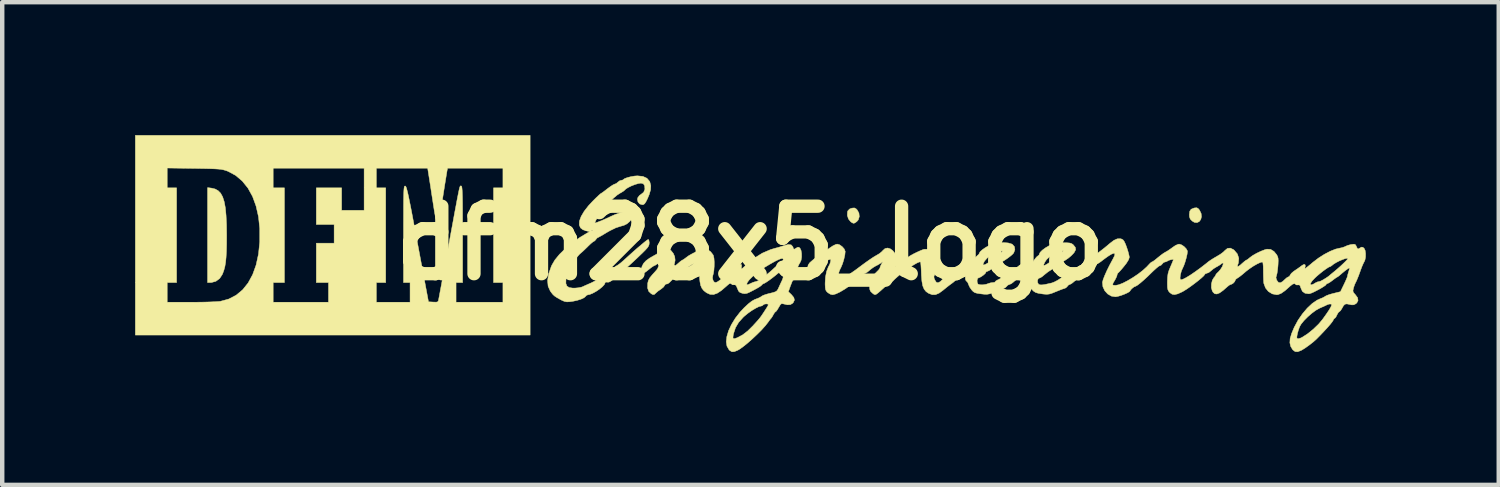
<source format=kicad_pcb>
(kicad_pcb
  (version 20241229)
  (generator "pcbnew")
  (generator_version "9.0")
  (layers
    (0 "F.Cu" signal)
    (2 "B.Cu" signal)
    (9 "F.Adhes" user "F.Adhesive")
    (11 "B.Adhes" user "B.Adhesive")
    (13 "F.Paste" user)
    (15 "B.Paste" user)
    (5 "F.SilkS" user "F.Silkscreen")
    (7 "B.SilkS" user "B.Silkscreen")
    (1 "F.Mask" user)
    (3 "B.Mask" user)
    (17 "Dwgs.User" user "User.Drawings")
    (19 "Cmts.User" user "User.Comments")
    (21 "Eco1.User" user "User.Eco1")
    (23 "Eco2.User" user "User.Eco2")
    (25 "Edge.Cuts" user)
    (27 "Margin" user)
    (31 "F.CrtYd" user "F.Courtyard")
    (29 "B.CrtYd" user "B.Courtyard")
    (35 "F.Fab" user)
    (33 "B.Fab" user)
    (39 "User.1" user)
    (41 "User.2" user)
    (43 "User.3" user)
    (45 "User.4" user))
  (footprint "dfm28x5_logo"
    (layer "F.Cu")
    (at 13.89 2.439)
    (property "Reference" "dfm28x5_logo" (at 0 0 0) (layer "F.SilkS") (effects (font (size 1.524 1.524) (thickness 0.3))))
    (attr through_hole)
    (fp_poly (pts (xy 2.385 -0.775) (xy 2.408 -0.751) (xy 2.448 -0.679) (xy 2.456 -0.6) (xy 2.434 -0.528) (xy 2.4 -0.488) (xy 2.353 -0.455) (xy 2.32 -0.449) (xy 2.281 -0.47) (xy 2.258 -0.488) (xy 2.211 -0.548) (xy 2.186 -0.627) (xy 2.189 -0.705) (xy 2.197 -0.729) (xy 2.238 -0.772) (xy 2.289 -0.791) (xy 2.345 -0.796) (xy 2.385 -0.775)) (stroke (width 0.01) (type solid)) (fill yes) (layer "F.SilkS"))
    (fp_poly (pts (xy 10.11 -0.778) (xy 10.136 -0.745) (xy 10.172 -0.67) (xy 10.18 -0.598) (xy 10.164 -0.535) (xy 10.129 -0.488) (xy 10.079 -0.464) (xy 10.02 -0.47) (xy 9.969 -0.501) (xy 9.926 -0.546) (xy 9.909 -0.597) (xy 9.906 -0.645) (xy 9.915 -0.72) (xy 9.946 -0.766) (xy 10.008 -0.792) (xy 10.027 -0.796) (xy 10.075 -0.799) (xy 10.11 -0.778)) (stroke (width 0.01) (type solid)) (fill yes) (layer "F.SilkS"))
    (fp_poly (pts (xy -12.167 -1.243) (xy -12.085 -1.223) (xy -12.016 -1.185) (xy -11.959 -1.127) (xy -11.914 -1.044) (xy -11.879 -0.935) (xy -11.853 -0.796) (xy -11.837 -0.624) (xy -11.827 -0.416) (xy -11.824 -0.18) (xy -11.825 0.022) (xy -11.829 0.187) (xy -11.837 0.322) (xy -11.848 0.434) (xy -11.864 0.528) (xy -11.886 0.61) (xy -11.914 0.687) (xy -11.922 0.705) (xy -11.982 0.797) (xy -12.067 0.86) (xy -12.169 0.888) (xy -12.191 0.889) (xy -12.255 0.889) (xy -12.255 -1.254) (xy -12.167 -1.243)) (stroke (width 0.01) (type solid)) (fill yes) (layer "F.SilkS"))
    (fp_poly (pts (xy -4.974 2.074) (xy -13.885 2.074) (xy -13.885 -1.249) (xy -13.166 -1.249) (xy -12.954 -1.249) (xy -12.954 0.889) (xy -13.166 0.889) (xy -13.166 1.333) (xy -12.631 1.333) (xy -12.476 1.332) (xy -12.328 1.33) (xy -12.194 1.326) (xy -12.082 1.321) (xy -11.999 1.316) (xy -11.964 1.312) (xy -11.777 1.261) (xy -11.61 1.174) (xy -11.463 1.052) (xy -11.339 0.897) (xy -11.237 0.709) (xy -11.159 0.492) (xy -11.105 0.245) (xy -11.077 -0.028) (xy -11.077 -0.042) (xy -11.077 -0.329) (xy -11.105 -0.595) (xy -11.16 -0.837) (xy -11.239 -1.054) (xy -11.343 -1.243) (xy -11.471 -1.402) (xy -11.62 -1.529) (xy -11.791 -1.621) (xy -11.822 -1.633) (xy -11.862 -1.646) (xy -11.902 -1.657) (xy -11.949 -1.666) (xy -12.007 -1.672) (xy -12.083 -1.677) (xy -12.182 -1.681) (xy -12.31 -1.684) (xy -12.471 -1.687) (xy -12.557 -1.688) (xy -12.905 -1.693) (xy -10.774 -1.693) (xy -10.774 -1.249) (xy -10.52 -1.249) (xy -10.52 0.889) (xy -10.774 0.889) (xy -10.774 1.333) (xy -9.525 1.333) (xy -9.525 0.889) (xy -9.8 0.889) (xy -9.8 0) (xy -9.398 0) (xy -9.398 -0.423) (xy -9.8 -0.423) (xy -9.8 -1.249) (xy -9.229 -1.249) (xy -9.229 -0.741) (xy -8.721 -0.741) (xy -8.721 -1.693) (xy -8.445 -1.693) (xy -8.445 -1.249) (xy -8.234 -1.249) (xy -8.234 0.889) (xy -8.445 0.889) (xy -8.445 1.333) (xy -7.684 1.333) (xy -7.684 0.889) (xy -7.832 0.889) (xy -7.832 -0.201) (xy -7.832 -0.444) (xy -7.831 -0.648) (xy -7.831 -0.817) (xy -7.83 -0.953) (xy -7.828 -1.061) (xy -7.826 -1.143) (xy -7.823 -1.203) (xy -7.819 -1.244) (xy -7.814 -1.27) (xy -7.808 -1.285) (xy -7.8 -1.29) (xy -7.795 -1.291) (xy -7.786 -1.287) (xy -7.777 -1.273) (xy -7.766 -1.245) (xy -7.754 -1.202) (xy -7.738 -1.139) (xy -7.719 -1.055) (xy -7.697 -0.946) (xy -7.669 -0.809) (xy -7.637 -0.642) (xy -7.599 -0.441) (xy -7.554 -0.204) (xy -7.513 0.016) (xy -7.268 1.323) (xy -7.16 1.329) (xy -7.096 1.331) (xy -7.063 1.325) (xy -7.047 1.304) (xy -7.04 1.276) (xy -7.034 1.245) (xy -7.021 1.176) (xy -7.002 1.073) (xy -6.977 0.94) (xy -6.948 0.782) (xy -6.914 0.601) (xy -6.878 0.402) (xy -6.838 0.188) (xy -6.806 0.011) (xy -6.757 -0.255) (xy -6.715 -0.482) (xy -6.68 -0.674) (xy -6.65 -0.832) (xy -6.626 -0.962) (xy -6.606 -1.065) (xy -6.59 -1.144) (xy -6.578 -1.202) (xy -6.568 -1.244) (xy -6.56 -1.27) (xy -6.553 -1.285) (xy -6.548 -1.292) (xy -6.542 -1.293) (xy -6.536 -1.292) (xy -6.53 -1.291) (xy -6.522 -1.287) (xy -6.517 -1.272) (xy -6.512 -1.243) (xy -6.508 -1.197) (xy -6.505 -1.13) (xy -6.502 -1.04) (xy -6.5 -0.923) (xy -6.499 -0.775) (xy -6.499 -0.594) (xy -6.498 -0.376) (xy -6.498 -0.201) (xy -6.498 0.889) (xy -6.646 0.889) (xy -6.646 1.333) (xy -5.588 1.333) (xy -5.588 0.889) (xy -5.8 0.889) (xy -5.8 -1.249) (xy -5.588 -1.249) (xy -5.588 -1.693) (xy -6.836 -1.693) (xy -6.847 -1.646) (xy -6.853 -1.612) (xy -6.864 -1.544) (xy -6.88 -1.445) (xy -6.9 -1.323) (xy -6.922 -1.183) (xy -6.943 -1.049) (xy -6.966 -0.902) (xy -6.987 -0.769) (xy -7.006 -0.656) (xy -7.021 -0.568) (xy -7.032 -0.511) (xy -7.037 -0.491) (xy -7.062 -0.489) (xy -7.075 -0.492) (xy -7.092 -0.519) (xy -7.111 -0.585) (xy -7.13 -0.688) (xy -7.139 -0.744) (xy -7.156 -0.852) (xy -7.177 -0.988) (xy -7.2 -1.136) (xy -7.222 -1.283) (xy -7.231 -1.339) (xy -7.287 -1.693) (xy -8.445 -1.693) (xy -8.721 -1.693) (xy -10.774 -1.693) (xy -12.905 -1.693) (xy -13.166 -1.697) (xy -13.166 -1.249) (xy -13.885 -1.249) (xy -13.885 -2.434) (xy -4.974 -2.434) (xy -4.974 2.074)) (stroke (width 0.01) (type solid)) (fill yes) (layer "F.SilkS"))
    (fp_poly (pts (xy 2.013 0.037) (xy 2.07 0.078) (xy 2.116 0.13) (xy 2.137 0.182) (xy 2.138 0.188) (xy 2.13 0.267) (xy 2.108 0.365) (xy 2.078 0.463) (xy 2.046 0.54) (xy 2.017 0.599) (xy 1.999 0.645) (xy 1.996 0.656) (xy 1.988 0.699) (xy 1.977 0.757) (xy 1.977 0.757) (xy 1.972 0.806) (xy 1.986 0.824) (xy 1.995 0.826) (xy 2.046 0.811) (xy 2.126 0.77) (xy 2.234 0.701) (xy 2.369 0.607) (xy 2.495 0.513) (xy 2.594 0.44) (xy 2.689 0.373) (xy 2.771 0.318) (xy 2.833 0.281) (xy 2.85 0.271) (xy 2.916 0.232) (xy 2.972 0.184) (xy 2.986 0.167) (xy 3.038 0.121) (xy 3.096 0.109) (xy 3.156 0.127) (xy 3.212 0.169) (xy 3.26 0.228) (xy 3.292 0.299) (xy 3.306 0.377) (xy 3.295 0.455) (xy 3.28 0.488) (xy 3.269 0.522) (xy 3.284 0.526) (xy 3.322 0.503) (xy 3.367 0.464) (xy 3.425 0.416) (xy 3.484 0.376) (xy 3.496 0.368) (xy 3.538 0.342) (xy 3.556 0.321) (xy 3.556 0.32) (xy 3.574 0.303) (xy 3.62 0.275) (xy 3.686 0.239) (xy 3.76 0.203) (xy 3.833 0.17) (xy 3.894 0.145) (xy 3.922 0.137) (xy 4.004 0.137) (xy 4.082 0.172) (xy 4.145 0.238) (xy 4.148 0.243) (xy 4.173 0.309) (xy 4.188 0.402) (xy 4.193 0.505) (xy 4.186 0.604) (xy 4.169 0.684) (xy 4.16 0.705) (xy 4.141 0.75) (xy 4.144 0.79) (xy 4.163 0.834) (xy 4.195 0.882) (xy 4.233 0.894) (xy 4.282 0.869) (xy 4.33 0.824) (xy 4.374 0.784) (xy 4.408 0.763) (xy 4.414 0.762) (xy 4.441 0.745) (xy 4.464 0.713) (xy 4.501 0.668) (xy 4.554 0.627) (xy 4.558 0.625) (xy 4.619 0.586) (xy 4.686 0.538) (xy 4.702 0.526) (xy 4.751 0.49) (xy 4.785 0.468) (xy 4.792 0.466) (xy 4.8 0.484) (xy 4.804 0.532) (xy 4.805 0.552) (xy 4.799 0.608) (xy 4.778 0.66) (xy 4.734 0.722) (xy 4.715 0.745) (xy 4.655 0.811) (xy 4.592 0.871) (xy 4.551 0.903) (xy 4.497 0.942) (xy 4.426 0.997) (xy 4.353 1.057) (xy 4.351 1.059) (xy 4.258 1.127) (xy 4.179 1.161) (xy 4.104 1.163) (xy 4.026 1.134) (xy 4.023 1.133) (xy 3.963 1.092) (xy 3.919 1.037) (xy 3.888 0.962) (xy 3.869 0.858) (xy 3.858 0.721) (xy 3.857 0.69) (xy 3.853 0.591) (xy 3.848 0.507) (xy 3.843 0.449) (xy 3.839 0.425) (xy 3.839 0.424) (xy 3.811 0.424) (xy 3.758 0.447) (xy 3.686 0.488) (xy 3.6 0.543) (xy 3.507 0.608) (xy 3.415 0.678) (xy 3.328 0.748) (xy 3.254 0.814) (xy 3.199 0.871) (xy 3.19 0.881) (xy 3.153 0.917) (xy 3.122 0.931) (xy 3.091 0.945) (xy 3.043 0.979) (xy 3.013 1.005) (xy 2.932 1.078) (xy 2.876 1.126) (xy 2.839 1.153) (xy 2.812 1.162) (xy 2.789 1.155) (xy 2.763 1.136) (xy 2.744 1.12) (xy 2.709 1.085) (xy 2.692 1.041) (xy 2.688 0.973) (xy 2.694 0.894) (xy 2.71 0.825) (xy 2.733 0.778) (xy 2.755 0.762) (xy 2.772 0.746) (xy 2.773 0.74) (xy 2.787 0.714) (xy 2.824 0.673) (xy 2.847 0.65) (xy 2.891 0.606) (xy 2.917 0.571) (xy 2.921 0.561) (xy 2.93 0.529) (xy 2.952 0.48) (xy 2.953 0.479) (xy 2.985 0.418) (xy 2.937 0.452) (xy 2.882 0.486) (xy 2.825 0.515) (xy 2.768 0.549) (xy 2.705 0.596) (xy 2.688 0.611) (xy 2.64 0.651) (xy 2.602 0.674) (xy 2.592 0.677) (xy 2.566 0.691) (xy 2.52 0.726) (xy 2.465 0.775) (xy 2.355 0.872) (xy 2.239 0.961) (xy 2.125 1.039) (xy 2.019 1.102) (xy 1.928 1.145) (xy 1.859 1.164) (xy 1.85 1.164) (xy 1.801 1.151) (xy 1.748 1.118) (xy 1.744 1.115) (xy 1.715 1.086) (xy 1.698 1.055) (xy 1.689 1.01) (xy 1.685 0.939) (xy 1.685 0.898) (xy 1.693 0.764) (xy 1.718 0.638) (xy 1.758 0.533) (xy 1.779 0.497) (xy 1.794 0.463) (xy 1.807 0.418) (xy 1.813 0.378) (xy 1.81 0.36) (xy 1.809 0.36) (xy 1.784 0.368) (xy 1.736 0.387) (xy 1.719 0.395) (xy 1.666 0.416) (xy 1.63 0.427) (xy 1.625 0.427) (xy 1.6 0.437) (xy 1.562 0.466) (xy 1.479 0.539) (xy 1.421 0.588) (xy 1.382 0.616) (xy 1.356 0.629) (xy 1.337 0.631) (xy 1.335 0.63) (xy 1.308 0.605) (xy 1.295 0.556) (xy 1.3 0.497) (xy 1.332 0.447) (xy 1.348 0.432) (xy 1.396 0.39) (xy 1.458 0.339) (xy 1.525 0.287) (xy 1.588 0.24) (xy 1.637 0.206) (xy 1.664 0.191) (xy 1.665 0.191) (xy 1.688 0.179) (xy 1.734 0.148) (xy 1.791 0.106) (xy 1.862 0.059) (xy 1.925 0.029) (xy 1.959 0.021) (xy 2.013 0.037)) (stroke (width 0.01) (type solid)) (fill yes) (layer "F.SilkS"))
    (fp_poly (pts (xy -2.428 -1.507) (xy -2.338 -1.466) (xy -2.279 -1.397) (xy -2.271 -1.38) (xy -2.25 -1.297) (xy -2.255 -1.205) (xy -2.287 -1.096) (xy -2.325 -1.005) (xy -2.362 -0.932) (xy -2.39 -0.89) (xy -2.418 -0.871) (xy -2.443 -0.868) (xy -2.501 -0.886) (xy -2.54 -0.932) (xy -2.552 -0.991) (xy -2.543 -1.028) (xy -2.506 -1.077) (xy -2.468 -1.104) (xy -2.411 -1.15) (xy -2.383 -1.218) (xy -2.389 -1.293) (xy -2.39 -1.298) (xy -2.417 -1.34) (xy -2.463 -1.354) (xy -2.477 -1.355) (xy -2.534 -1.346) (xy -2.611 -1.323) (xy -2.692 -1.291) (xy -2.764 -1.255) (xy -2.816 -1.222) (xy -2.828 -1.209) (xy -2.861 -1.179) (xy -2.917 -1.143) (xy -2.947 -1.127) (xy -3.01 -1.086) (xy -3.088 -1.02) (xy -3.172 -0.941) (xy -3.251 -0.858) (xy -3.316 -0.78) (xy -3.354 -0.721) (xy -3.381 -0.678) (xy -3.402 -0.657) (xy -3.404 -0.656) (xy -3.42 -0.639) (xy -3.446 -0.598) (xy -3.475 -0.545) (xy -3.5 -0.494) (xy -3.513 -0.46) (xy -3.514 -0.456) (xy -3.496 -0.458) (xy -3.449 -0.475) (xy -3.383 -0.501) (xy -3.306 -0.533) (xy -3.228 -0.568) (xy -3.159 -0.601) (xy -3.15 -0.605) (xy -3.058 -0.646) (xy -2.958 -0.681) (xy -2.86 -0.708) (xy -2.774 -0.723) (xy -2.711 -0.726) (xy -2.689 -0.72) (xy -2.651 -0.68) (xy -2.647 -0.622) (xy -2.676 -0.553) (xy -2.725 -0.491) (xy -2.788 -0.437) (xy -2.856 -0.403) (xy -2.931 -0.382) (xy -3.04 -0.347) (xy -3.169 -0.284) (xy -3.245 -0.241) (xy -3.324 -0.193) (xy -3.389 -0.156) (xy -3.433 -0.132) (xy -3.446 -0.127) (xy -3.468 -0.111) (xy -3.488 -0.085) (xy -3.516 -0.052) (xy -3.535 -0.042) (xy -3.558 -0.028) (xy -3.603 0.009) (xy -3.66 0.063) (xy -3.677 0.081) (xy -3.739 0.141) (xy -3.791 0.19) (xy -3.826 0.22) (xy -3.831 0.224) (xy -3.862 0.252) (xy -3.905 0.301) (xy -3.926 0.328) (xy -3.968 0.384) (xy -4.004 0.428) (xy -4.016 0.441) (xy -4.039 0.476) (xy -4.043 0.492) (xy -4.056 0.525) (xy -4.076 0.552) (xy -4.1 0.593) (xy -4.126 0.657) (xy -4.139 0.702) (xy -4.165 0.822) (xy -4.167 0.909) (xy -4.144 0.968) (xy -4.092 1.002) (xy -4.011 1.014) (xy -3.966 1.014) (xy -3.888 1.007) (xy -3.82 0.994) (xy -3.789 0.983) (xy -3.742 0.961) (xy -3.672 0.93) (xy -3.599 0.898) (xy -3.509 0.853) (xy -3.41 0.794) (xy -3.334 0.741) (xy -3.262 0.686) (xy -3.192 0.637) (xy -3.139 0.603) (xy -3.138 0.602) (xy -3.093 0.572) (xy -3.07 0.549) (xy -3.069 0.545) (xy -3.052 0.525) (xy -3.021 0.51) (xy -2.984 0.487) (xy -2.926 0.443) (xy -2.861 0.387) (xy -2.847 0.374) (xy -2.747 0.283) (xy -2.647 0.193) (xy -2.55 0.108) (xy -2.462 0.034) (xy -2.39 -0.026) (xy -2.337 -0.067) (xy -2.309 -0.084) (xy -2.307 -0.085) (xy -2.293 -0.066) (xy -2.286 -0.02) (xy -2.286 -0.007) (xy -2.289 0.03) (xy -2.301 0.065) (xy -2.328 0.105) (xy -2.375 0.157) (xy -2.447 0.229) (xy -2.461 0.242) (xy -2.54 0.318) (xy -2.64 0.412) (xy -2.751 0.514) (xy -2.861 0.613) (xy -2.906 0.653) (xy -3.008 0.742) (xy -3.084 0.806) (xy -3.139 0.848) (xy -3.178 0.872) (xy -3.207 0.881) (xy -3.229 0.88) (xy -3.271 0.878) (xy -3.281 0.895) (xy -3.299 0.934) (xy -3.345 0.984) (xy -3.412 1.039) (xy -3.488 1.09) (xy -3.565 1.132) (xy -3.633 1.159) (xy -3.668 1.164) (xy -3.706 1.181) (xy -3.723 1.202) (xy -3.758 1.232) (xy -3.824 1.263) (xy -3.912 1.291) (xy -4.011 1.312) (xy -4.075 1.321) (xy -4.143 1.325) (xy -4.201 1.314) (xy -4.267 1.285) (xy -4.294 1.27) (xy -4.371 1.227) (xy -4.422 1.193) (xy -4.459 1.159) (xy -4.495 1.114) (xy -4.52 1.079) (xy -4.568 0.972) (xy -4.58 0.844) (xy -4.556 0.694) (xy -4.496 0.523) (xy -4.484 0.497) (xy -4.415 0.379) (xy -4.312 0.253) (xy -4.179 0.123) (xy -4.024 -0.006) (xy -3.852 -0.129) (xy -3.701 -0.22) (xy -3.63 -0.261) (xy -3.694 -0.275) (xy -3.739 -0.289) (xy -3.591 -0.289) (xy -3.588 -0.277) (xy -3.577 -0.275) (xy -3.56 -0.283) (xy -3.563 -0.289) (xy -3.588 -0.292) (xy -3.591 -0.289) (xy -3.739 -0.289) (xy -3.781 -0.303) (xy -3.835 -0.344) (xy -3.862 -0.404) (xy -3.864 -0.414) (xy -3.861 -0.499) (xy -3.823 -0.603) (xy -3.754 -0.72) (xy -3.656 -0.846) (xy -3.562 -0.947) (xy -3.493 -1.016) (xy -3.434 -1.072) (xy -3.393 -1.109) (xy -3.376 -1.122) (xy -3.355 -1.134) (xy -3.31 -1.166) (xy -3.249 -1.213) (xy -3.23 -1.228) (xy -3.163 -1.277) (xy -3.106 -1.314) (xy -3.069 -1.333) (xy -3.064 -1.333) (xy -3.028 -1.348) (xy -2.995 -1.376) (xy -2.953 -1.408) (xy -2.919 -1.418) (xy -2.881 -1.427) (xy -2.87 -1.437) (xy -2.838 -1.459) (xy -2.777 -1.481) (xy -2.7 -1.501) (xy -2.618 -1.515) (xy -2.551 -1.52) (xy -2.428 -1.507)) (stroke (width 0.01) (type solid)) (fill yes) (layer "F.SilkS"))
    (fp_poly (pts (xy 0.919 0.039) (xy 0.956 0.08) (xy 0.961 0.095) (xy 0.973 0.131) (xy 0.992 0.135) (xy 1.028 0.113) (xy 1.068 0.091) (xy 1.094 0.093) (xy 1.118 0.114) (xy 1.141 0.161) (xy 1.153 0.233) (xy 1.154 0.313) (xy 1.142 0.387) (xy 1.119 0.437) (xy 1.119 0.437) (xy 1.094 0.479) (xy 1.065 0.544) (xy 1.047 0.593) (xy 1.017 0.679) (xy 0.983 0.767) (xy 0.967 0.804) (xy 0.932 0.888) (xy 0.897 0.977) (xy 0.89 0.998) (xy 0.855 1.096) (xy 0.925 1.162) (xy 0.978 1.227) (xy 0.992 1.284) (xy 0.966 1.34) (xy 0.95 1.357) (xy 0.9 1.387) (xy 0.832 1.391) (xy 0.737 1.369) (xy 0.73 1.367) (xy 0.701 1.365) (xy 0.674 1.388) (xy 0.641 1.443) (xy 0.637 1.449) (xy 0.605 1.504) (xy 0.579 1.538) (xy 0.569 1.545) (xy 0.549 1.562) (xy 0.521 1.604) (xy 0.516 1.614) (xy 0.489 1.662) (xy 0.469 1.691) (xy 0.467 1.693) (xy 0.447 1.716) (xy 0.414 1.76) (xy 0.402 1.778) (xy 0.338 1.86) (xy 0.252 1.956) (xy 0.15 2.058) (xy 0.041 2.161) (xy -0.067 2.256) (xy -0.168 2.337) (xy -0.254 2.398) (xy -0.294 2.42) (xy -0.368 2.449) (xy -0.421 2.45) (xy -0.469 2.421) (xy -0.486 2.403) (xy -0.531 2.325) (xy -0.547 2.225) (xy -0.536 2.132) (xy -0.396 2.132) (xy -0.384 2.155) (xy -0.347 2.152) (xy -0.29 2.13) (xy -0.176 2.069) (xy -0.061 1.98) (xy 0.063 1.857) (xy 0.071 1.847) (xy 0.136 1.776) (xy 0.18 1.726) (xy 0.213 1.686) (xy 0.243 1.646) (xy 0.278 1.594) (xy 0.326 1.521) (xy 0.371 1.451) (xy 0.396 1.408) (xy 0.401 1.386) (xy 0.39 1.375) (xy 0.368 1.37) (xy 0.32 1.374) (xy 0.294 1.389) (xy 0.26 1.414) (xy 0.244 1.418) (xy 0.192 1.431) (xy 0.119 1.467) (xy 0.033 1.518) (xy -0.055 1.58) (xy -0.135 1.645) (xy -0.167 1.675) (xy -0.269 1.79) (xy -0.338 1.907) (xy -0.381 2.037) (xy -0.39 2.08) (xy -0.396 2.132) (xy -0.536 2.132) (xy -0.533 2.106) (xy -0.494 1.975) (xy -0.429 1.836) (xy -0.342 1.694) (xy -0.234 1.555) (xy -0.142 1.457) (xy -0.049 1.37) (xy 0.026 1.311) (xy 0.092 1.273) (xy 0.126 1.26) (xy 0.19 1.235) (xy 0.238 1.209) (xy 0.252 1.198) (xy 0.283 1.18) (xy 0.343 1.158) (xy 0.421 1.136) (xy 0.436 1.133) (xy 0.516 1.113) (xy 0.567 1.095) (xy 0.598 1.073) (xy 0.621 1.038) (xy 0.64 0.997) (xy 0.672 0.927) (xy 0.702 0.863) (xy 0.712 0.843) (xy 0.733 0.789) (xy 0.741 0.747) (xy 0.75 0.703) (xy 0.759 0.687) (xy 0.777 0.653) (xy 0.792 0.608) (xy 0.806 0.549) (xy 0.747 0.585) (xy 0.69 0.625) (xy 0.63 0.673) (xy 0.624 0.677) (xy 0.557 0.733) (xy 0.483 0.791) (xy 0.412 0.843) (xy 0.351 0.884) (xy 0.311 0.907) (xy 0.301 0.91) (xy 0.27 0.926) (xy 0.26 0.938) (xy 0.242 0.957) (xy 0.205 0.984) (xy 0.144 1.02) (xy 0.053 1.069) (xy -0.015 1.104) (xy -0.081 1.133) (xy -0.134 1.14) (xy -0.185 1.131) (xy -0.238 1.112) (xy -0.27 1.081) (xy -0.295 1.022) (xy -0.296 1.02) (xy -0.321 0.962) (xy -0.345 0.939) (xy -0.365 0.939) (xy -0.411 0.934) (xy -0.427 0.923) (xy -0.085 0.923) (xy -0.078 0.938) (xy -0.05 0.934) (xy -0.001 0.911) (xy 0.059 0.884) (xy 0.108 0.869) (xy 0.119 0.868) (xy 0.153 0.856) (xy 0.208 0.824) (xy 0.273 0.779) (xy 0.273 0.779) (xy 0.346 0.724) (xy 0.397 0.684) (xy 0.438 0.65) (xy 0.481 0.612) (xy 0.538 0.56) (xy 0.545 0.553) (xy 0.606 0.499) (xy 0.662 0.453) (xy 0.693 0.429) (xy 0.729 0.395) (xy 0.741 0.368) (xy 0.73 0.347) (xy 0.698 0.346) (xy 0.64 0.367) (xy 0.555 0.408) (xy 0.44 0.473) (xy 0.328 0.54) (xy 0.226 0.607) (xy 0.129 0.681) (xy 0.043 0.756) (xy -0.026 0.825) (xy -0.07 0.884) (xy -0.085 0.923) (xy -0.427 0.923) (xy -0.432 0.92) (xy -0.453 0.908) (xy -0.481 0.917) (xy -0.524 0.953) (xy -0.542 0.969) (xy -0.655 1.067) (xy -0.751 1.13) (xy -0.835 1.159) (xy -0.913 1.155) (xy -0.988 1.121) (xy -0.996 1.116) (xy -1.054 1.071) (xy -1.095 1.02) (xy -1.124 0.955) (xy -1.141 0.868) (xy -1.152 0.751) (xy -1.155 0.686) (xy -1.159 0.588) (xy -1.165 0.506) (xy -1.17 0.449) (xy -1.175 0.426) (xy -1.205 0.425) (xy -1.26 0.448) (xy -1.334 0.491) (xy -1.423 0.549) (xy -1.519 0.619) (xy -1.618 0.696) (xy -1.713 0.777) (xy -1.798 0.856) (xy -1.83 0.889) (xy -1.868 0.917) (xy -1.898 0.922) (xy -1.924 0.931) (xy -1.937 0.953) (xy -1.962 0.989) (xy -2.01 1.029) (xy -2.024 1.039) (xy -2.084 1.08) (xy -2.134 1.123) (xy -2.141 1.13) (xy -2.173 1.159) (xy -2.203 1.16) (xy -2.239 1.142) (xy -2.296 1.089) (xy -2.323 1.012) (xy -2.32 0.906) (xy -2.32 0.904) (xy -2.304 0.84) (xy -2.272 0.781) (xy -2.217 0.714) (xy -2.2 0.695) (xy -2.149 0.639) (xy -2.112 0.596) (xy -2.096 0.573) (xy -2.095 0.572) (xy -2.086 0.547) (xy -2.065 0.503) (xy -2.063 0.5) (xy -2.041 0.449) (xy -2.045 0.432) (xy -2.076 0.447) (xy -2.101 0.465) (xy -2.144 0.495) (xy -2.173 0.508) (xy -2.173 0.508) (xy -2.198 0.521) (xy -2.244 0.553) (xy -2.294 0.593) (xy -2.357 0.643) (xy -2.397 0.669) (xy -2.423 0.673) (xy -2.445 0.658) (xy -2.456 0.645) (xy -2.469 0.617) (xy -2.465 0.577) (xy -2.446 0.518) (xy -2.412 0.454) (xy -2.357 0.395) (xy -2.275 0.336) (xy -2.16 0.27) (xy -2.129 0.254) (xy -2.071 0.213) (xy -2.025 0.164) (xy -1.972 0.12) (xy -1.911 0.109) (xy -1.849 0.128) (xy -1.79 0.171) (xy -1.742 0.231) (xy -1.71 0.304) (xy -1.701 0.384) (xy -1.713 0.45) (xy -1.726 0.497) (xy -1.728 0.523) (xy -1.727 0.524) (xy -1.708 0.516) (xy -1.668 0.486) (xy -1.634 0.457) (xy -1.585 0.414) (xy -1.547 0.387) (xy -1.535 0.381) (xy -1.511 0.368) (xy -1.468 0.337) (xy -1.453 0.325) (xy -1.392 0.281) (xy -1.31 0.235) (xy -1.221 0.19) (xy -1.136 0.154) (xy -1.066 0.132) (xy -1.035 0.127) (xy -0.967 0.145) (xy -0.899 0.193) (xy -0.847 0.26) (xy -0.836 0.282) (xy -0.824 0.339) (xy -0.818 0.424) (xy -0.819 0.521) (xy -0.826 0.615) (xy -0.839 0.693) (xy -0.848 0.721) (xy -0.858 0.781) (xy -0.846 0.838) (xy -0.818 0.878) (xy -0.788 0.889) (xy -0.75 0.875) (xy -0.699 0.841) (xy -0.681 0.826) (xy -0.636 0.787) (xy -0.605 0.764) (xy -0.598 0.762) (xy -0.577 0.748) (xy -0.539 0.713) (xy -0.519 0.693) (xy -0.463 0.64) (xy -0.396 0.586) (xy -0.328 0.536) (xy -0.268 0.498) (xy -0.225 0.478) (xy -0.21 0.477) (xy -0.2 0.504) (xy -0.204 0.546) (xy -0.209 0.573) (xy -0.201 0.579) (xy -0.175 0.561) (xy -0.127 0.518) (xy -0.104 0.496) (xy 0.081 0.342) (xy 0.265 0.226) (xy 0.455 0.144) (xy 0.55 0.116) (xy 0.637 0.093) (xy 0.725 0.065) (xy 0.761 0.053) (xy 0.854 0.03) (xy 0.919 0.039)) (stroke (width 0.01) (type solid)) (fill yes) (layer "F.SilkS"))
    (fp_poly (pts (xy 8.378 -0.093) (xy 8.409 -0.075) (xy 8.436 -0.039) (xy 8.465 0.022) (xy 8.492 0.095) (xy 8.52 0.181) (xy 8.54 0.257) (xy 8.551 0.311) (xy 8.551 0.32) (xy 8.535 0.372) (xy 8.488 0.449) (xy 8.432 0.521) (xy 8.377 0.587) (xy 8.331 0.639) (xy 8.301 0.669) (xy 8.295 0.674) (xy 8.278 0.698) (xy 8.276 0.716) (xy 8.264 0.755) (xy 8.237 0.811) (xy 8.223 0.836) (xy 8.186 0.898) (xy 8.175 0.933) (xy 8.189 0.949) (xy 8.23 0.952) (xy 8.238 0.953) (xy 8.311 0.939) (xy 8.406 0.902) (xy 8.517 0.845) (xy 8.634 0.775) (xy 8.75 0.697) (xy 8.857 0.614) (xy 8.947 0.532) (xy 8.986 0.49) (xy 9.026 0.448) (xy 9.057 0.425) (xy 9.063 0.423) (xy 9.089 0.41) (xy 9.135 0.376) (xy 9.193 0.328) (xy 9.26 0.274) (xy 9.324 0.227) (xy 9.367 0.202) (xy 9.421 0.171) (xy 9.488 0.125) (xy 9.526 0.097) (xy 9.593 0.051) (xy 9.654 0.025) (xy 9.677 0.021) (xy 9.728 0.037) (xy 9.785 0.074) (xy 9.833 0.123) (xy 9.861 0.172) (xy 9.863 0.187) (xy 9.855 0.252) (xy 9.835 0.339) (xy 9.808 0.432) (xy 9.779 0.513) (xy 9.759 0.555) (xy 9.728 0.623) (xy 9.706 0.704) (xy 9.702 0.727) (xy 9.696 0.788) (xy 9.702 0.817) (xy 9.72 0.825) (xy 9.722 0.826) (xy 9.767 0.812) (xy 9.839 0.775) (xy 9.932 0.718) (xy 10.04 0.644) (xy 10.16 0.557) (xy 10.284 0.461) (xy 10.335 0.419) (xy 10.385 0.384) (xy 10.456 0.339) (xy 10.53 0.296) (xy 10.605 0.251) (xy 10.67 0.203) (xy 10.71 0.164) (xy 10.767 0.117) (xy 10.831 0.111) (xy 10.903 0.146) (xy 10.918 0.158) (xy 10.99 0.243) (xy 11.022 0.34) (xy 11.013 0.446) (xy 10.997 0.492) (xy 10.991 0.523) (xy 11.01 0.525) (xy 11.053 0.497) (xy 11.1 0.455) (xy 11.148 0.413) (xy 11.184 0.386) (xy 11.196 0.381) (xy 11.22 0.368) (xy 11.261 0.335) (xy 11.272 0.325) (xy 11.335 0.279) (xy 11.424 0.228) (xy 11.521 0.182) (xy 11.611 0.147) (xy 11.658 0.135) (xy 11.741 0.14) (xy 11.816 0.186) (xy 11.877 0.26) (xy 11.897 0.298) (xy 11.909 0.339) (xy 11.912 0.393) (xy 11.909 0.473) (xy 11.906 0.517) (xy 11.897 0.605) (xy 11.886 0.68) (xy 11.874 0.73) (xy 11.87 0.74) (xy 11.861 0.781) (xy 11.88 0.837) (xy 11.882 0.841) (xy 11.917 0.886) (xy 11.959 0.895) (xy 12.011 0.866) (xy 12.056 0.824) (xy 12.1 0.784) (xy 12.135 0.763) (xy 12.142 0.762) (xy 12.168 0.744) (xy 12.182 0.719) (xy 12.207 0.682) (xy 12.256 0.64) (xy 12.284 0.62) (xy 12.351 0.575) (xy 12.415 0.529) (xy 12.432 0.515) (xy 12.482 0.483) (xy 12.515 0.481) (xy 12.524 0.51) (xy 12.52 0.531) (xy 12.514 0.564) (xy 12.519 0.572) (xy 12.54 0.559) (xy 12.585 0.524) (xy 12.647 0.473) (xy 12.694 0.433) (xy 12.818 0.338) (xy 12.951 0.253) (xy 13.084 0.183) (xy 13.206 0.134) (xy 13.287 0.115) (xy 13.357 0.1) (xy 13.415 0.08) (xy 13.43 0.072) (xy 13.478 0.051) (xy 13.544 0.033) (xy 13.562 0.03) (xy 13.62 0.023) (xy 13.651 0.031) (xy 13.671 0.061) (xy 13.679 0.08) (xy 13.7 0.122) (xy 13.72 0.13) (xy 13.747 0.114) (xy 13.791 0.089) (xy 13.823 0.093) (xy 13.852 0.118) (xy 13.874 0.163) (xy 13.884 0.233) (xy 13.883 0.311) (xy 13.87 0.381) (xy 13.854 0.417) (xy 13.833 0.457) (xy 13.803 0.525) (xy 13.771 0.609) (xy 13.757 0.649) (xy 13.725 0.737) (xy 13.694 0.813) (xy 13.67 0.867) (xy 13.663 0.88) (xy 13.639 0.93) (xy 13.616 0.996) (xy 13.612 1.011) (xy 13.599 1.068) (xy 13.605 1.105) (xy 13.636 1.144) (xy 13.652 1.161) (xy 13.703 1.23) (xy 13.714 1.293) (xy 13.686 1.348) (xy 13.661 1.369) (xy 13.616 1.391) (xy 13.569 1.392) (xy 13.52 1.382) (xy 13.46 1.37) (xy 13.418 1.378) (xy 13.384 1.413) (xy 13.348 1.477) (xy 13.319 1.522) (xy 13.294 1.545) (xy 13.291 1.545) (xy 13.27 1.563) (xy 13.244 1.607) (xy 13.238 1.619) (xy 13.214 1.667) (xy 13.192 1.692) (xy 13.188 1.693) (xy 13.167 1.711) (xy 13.154 1.738) (xy 13.133 1.772) (xy 13.087 1.831) (xy 13.02 1.908) (xy 12.938 1.997) (xy 12.844 2.095) (xy 12.774 2.166) (xy 12.702 2.23) (xy 12.611 2.301) (xy 12.519 2.367) (xy 12.439 2.416) (xy 12.431 2.42) (xy 12.353 2.45) (xy 12.294 2.447) (xy 12.244 2.409) (xy 12.236 2.4) (xy 12.193 2.328) (xy 12.175 2.248) (xy 12.181 2.154) (xy 12.185 2.141) (xy 12.333 2.141) (xy 12.336 2.147) (xy 12.366 2.157) (xy 12.417 2.142) (xy 12.459 2.121) (xy 12.579 2.043) (xy 12.705 1.941) (xy 12.823 1.827) (xy 12.917 1.715) (xy 12.917 1.714) (xy 13.002 1.595) (xy 13.062 1.506) (xy 13.099 1.442) (xy 13.116 1.401) (xy 13.114 1.379) (xy 13.107 1.374) (xy 13.063 1.374) (xy 13.018 1.389) (xy 12.969 1.413) (xy 12.899 1.444) (xy 12.845 1.468) (xy 12.762 1.514) (xy 12.67 1.582) (xy 12.577 1.663) (xy 12.493 1.748) (xy 12.428 1.828) (xy 12.394 1.888) (xy 12.367 1.964) (xy 12.346 2.039) (xy 12.334 2.102) (xy 12.333 2.141) (xy 12.185 2.141) (xy 12.214 2.04) (xy 12.273 1.9) (xy 12.276 1.894) (xy 12.359 1.74) (xy 12.459 1.595) (xy 12.568 1.466) (xy 12.68 1.361) (xy 12.79 1.286) (xy 12.851 1.258) (xy 12.914 1.233) (xy 12.964 1.206) (xy 12.974 1.198) (xy 13.01 1.18) (xy 13.074 1.157) (xy 13.153 1.135) (xy 13.162 1.133) (xy 13.317 1.095) (xy 13.395 0.934) (xy 13.431 0.858) (xy 13.458 0.795) (xy 13.473 0.757) (xy 13.474 0.751) (xy 13.481 0.716) (xy 13.49 0.683) (xy 13.512 0.609) (xy 13.522 0.57) (xy 13.517 0.559) (xy 13.496 0.568) (xy 13.47 0.586) (xy 13.417 0.625) (xy 13.355 0.676) (xy 13.336 0.693) (xy 13.289 0.733) (xy 13.256 0.758) (xy 13.248 0.762) (xy 13.226 0.774) (xy 13.182 0.805) (xy 13.142 0.836) (xy 13.086 0.877) (xy 13.041 0.904) (xy 13.023 0.91) (xy 12.998 0.923) (xy 12.996 0.93) (xy 12.979 0.951) (xy 12.932 0.983) (xy 12.867 1.023) (xy 12.792 1.063) (xy 12.718 1.101) (xy 12.654 1.129) (xy 12.61 1.142) (xy 12.604 1.143) (xy 12.517 1.13) (xy 12.458 1.088) (xy 12.425 1.016) (xy 12.406 0.961) (xy 12.386 0.94) (xy 12.362 0.942) (xy 12.323 0.942) (xy 12.311 0.934) (xy 12.638 0.934) (xy 12.661 0.941) (xy 12.71 0.922) (xy 12.752 0.896) (xy 12.802 0.873) (xy 12.834 0.868) (xy 12.868 0.857) (xy 12.923 0.828) (xy 12.986 0.79) (xy 13.044 0.751) (xy 13.081 0.72) (xy 13.102 0.702) (xy 13.146 0.666) (xy 13.189 0.631) (xy 13.25 0.579) (xy 13.317 0.52) (xy 13.381 0.46) (xy 13.435 0.407) (xy 13.472 0.368) (xy 13.483 0.351) (xy 13.466 0.341) (xy 13.422 0.349) (xy 13.36 0.371) (xy 13.29 0.401) (xy 13.22 0.437) (xy 13.16 0.474) (xy 13.127 0.501) (xy 13.094 0.525) (xy 13.081 0.529) (xy 13.05 0.542) (xy 12.996 0.577) (xy 12.928 0.626) (xy 12.854 0.685) (xy 12.782 0.746) (xy 12.739 0.786) (xy 12.677 0.852) (xy 12.643 0.903) (xy 12.638 0.934) (xy 12.311 0.934) (xy 12.309 0.932) (xy 12.279 0.912) (xy 12.235 0.926) (xy 12.172 0.976) (xy 12.169 0.98) (xy 12.064 1.073) (xy 11.978 1.133) (xy 11.907 1.161) (xy 11.877 1.164) (xy 11.777 1.144) (xy 11.69 1.09) (xy 11.625 1.01) (xy 11.588 0.91) (xy 11.585 0.893) (xy 11.581 0.836) (xy 11.578 0.752) (xy 11.576 0.655) (xy 11.576 0.619) (xy 11.574 0.523) (xy 11.568 0.457) (xy 11.558 0.425) (xy 11.555 0.423) (xy 11.506 0.436) (xy 11.435 0.469) (xy 11.351 0.517) (xy 11.265 0.575) (xy 11.186 0.635) (xy 11.17 0.649) (xy 11.102 0.707) (xy 11.041 0.755) (xy 10.997 0.785) (xy 10.991 0.788) (xy 10.954 0.815) (xy 10.943 0.836) (xy 10.927 0.871) (xy 10.891 0.908) (xy 10.851 0.93) (xy 10.842 0.931) (xy 10.811 0.945) (xy 10.769 0.977) (xy 10.767 0.979) (xy 10.667 1.067) (xy 10.589 1.123) (xy 10.528 1.147) (xy 10.48 1.142) (xy 10.442 1.108) (xy 10.423 1.076) (xy 10.403 1.004) (xy 10.405 0.918) (xy 10.425 0.837) (xy 10.459 0.78) (xy 10.489 0.744) (xy 10.499 0.722) (xy 10.513 0.696) (xy 10.549 0.659) (xy 10.557 0.653) (xy 10.605 0.599) (xy 10.647 0.533) (xy 10.652 0.524) (xy 10.671 0.469) (xy 10.667 0.446) (xy 10.64 0.455) (xy 10.622 0.471) (xy 10.585 0.497) (xy 10.53 0.53) (xy 10.515 0.537) (xy 10.452 0.576) (xy 10.397 0.621) (xy 10.39 0.627) (xy 10.346 0.662) (xy 10.304 0.677) (xy 10.304 0.677) (xy 10.265 0.692) (xy 10.253 0.708) (xy 10.229 0.739) (xy 10.177 0.787) (xy 10.105 0.847) (xy 10.021 0.912) (xy 9.933 0.977) (xy 9.848 1.036) (xy 9.774 1.082) (xy 9.739 1.101) (xy 9.643 1.144) (xy 9.572 1.161) (xy 9.517 1.152) (xy 9.469 1.119) (xy 9.46 1.11) (xy 9.435 1.079) (xy 9.42 1.045) (xy 9.412 0.997) (xy 9.41 0.923) (xy 9.41 0.871) (xy 9.414 0.77) (xy 9.424 0.692) (xy 9.445 0.619) (xy 9.479 0.536) (xy 9.511 0.462) (xy 9.534 0.405) (xy 9.546 0.374) (xy 9.546 0.371) (xy 9.529 0.366) (xy 9.49 0.373) (xy 9.445 0.386) (xy 9.412 0.403) (xy 9.41 0.405) (xy 9.372 0.422) (xy 9.357 0.423) (xy 9.32 0.44) (xy 9.297 0.466) (xy 9.265 0.499) (xy 9.24 0.508) (xy 9.213 0.522) (xy 9.165 0.561) (xy 9.103 0.617) (xy 9.055 0.663) (xy 8.964 0.752) (xy 8.877 0.832) (xy 8.799 0.899) (xy 8.737 0.947) (xy 8.695 0.972) (xy 8.687 0.974) (xy 8.656 0.988) (xy 8.616 1.019) (xy 8.583 1.052) (xy 8.572 1.072) (xy 8.554 1.094) (xy 8.506 1.122) (xy 8.439 1.152) (xy 8.364 1.18) (xy 8.294 1.2) (xy 8.239 1.21) (xy 8.147 1.195) (xy 8.064 1.147) (xy 7.997 1.074) (xy 7.955 0.985) (xy 7.945 0.889) (xy 7.945 0.882) (xy 7.961 0.82) (xy 7.996 0.73) (xy 8.045 0.62) (xy 8.105 0.499) (xy 8.172 0.374) (xy 8.183 0.354) (xy 8.219 0.281) (xy 8.225 0.239) (xy 8.203 0.227) (xy 8.151 0.246) (xy 8.086 0.285) (xy 8.015 0.335) (xy 7.948 0.385) (xy 7.912 0.413) (xy 7.864 0.447) (xy 7.825 0.465) (xy 7.819 0.466) (xy 7.792 0.478) (xy 7.789 0.487) (xy 7.772 0.506) (xy 7.758 0.508) (xy 7.729 0.518) (xy 7.726 0.526) (xy 7.71 0.548) (xy 7.669 0.582) (xy 7.643 0.6) (xy 7.577 0.65) (xy 7.507 0.713) (xy 7.481 0.74) (xy 7.435 0.785) (xy 7.4 0.811) (xy 7.386 0.814) (xy 7.363 0.821) (xy 7.322 0.851) (xy 7.302 0.868) (xy 7.254 0.907) (xy 7.215 0.929) (xy 7.206 0.931) (xy 7.173 0.948) (xy 7.156 0.971) (xy 7.119 1.008) (xy 7.086 1.022) (xy 7.044 1.035) (xy 6.976 1.061) (xy 6.897 1.093) (xy 6.884 1.098) (xy 6.803 1.131) (xy 6.743 1.148) (xy 6.688 1.154) (xy 6.62 1.149) (xy 6.58 1.144) (xy 6.493 1.13) (xy 6.435 1.112) (xy 6.391 1.084) (xy 6.37 1.064) (xy 6.327 1.009) (xy 6.299 0.954) (xy 6.296 0.945) (xy 6.271 0.894) (xy 6.239 0.865) (xy 6.211 0.829) (xy 6.211 0.771) (xy 6.238 0.703) (xy 6.265 0.662) (xy 6.301 0.611) (xy 6.308 0.587) (xy 6.289 0.59) (xy 6.246 0.619) (xy 6.181 0.674) (xy 6.168 0.686) (xy 6.104 0.743) (xy 6.053 0.787) (xy 6.02 0.812) (xy 6.014 0.815) (xy 5.992 0.829) (xy 5.952 0.862) (xy 5.939 0.874) (xy 5.892 0.911) (xy 5.851 0.93) (xy 5.844 0.931) (xy 5.807 0.948) (xy 5.783 0.974) (xy 5.748 1.007) (xy 5.72 1.016) (xy 5.672 1.028) (xy 5.64 1.045) (xy 5.598 1.068) (xy 5.532 1.097) (xy 5.477 1.118) (xy 5.405 1.142) (xy 5.344 1.153) (xy 5.275 1.152) (xy 5.203 1.144) (xy 5.12 1.132) (xy 5.066 1.117) (xy 5.028 1.093) (xy 4.993 1.056) (xy 4.992 1.054) (xy 4.951 0.996) (xy 4.924 0.939) (xy 4.921 0.928) (xy 4.901 0.882) (xy 4.878 0.86) (xy 4.855 0.831) (xy 4.848 0.781) (xy 4.858 0.727) (xy 4.88 0.69) (xy 4.907 0.65) (xy 4.935 0.59) (xy 4.942 0.573) (xy 4.98 0.483) (xy 5.249 0.483) (xy 5.264 0.493) (xy 5.307 0.477) (xy 5.373 0.438) (xy 5.459 0.378) (xy 5.56 0.299) (xy 5.567 0.294) (xy 5.639 0.232) (xy 5.678 0.194) (xy 5.684 0.175) (xy 5.656 0.174) (xy 5.596 0.188) (xy 5.58 0.192) (xy 5.496 0.226) (xy 5.413 0.279) (xy 5.338 0.341) (xy 5.281 0.406) (xy 5.252 0.465) (xy 5.249 0.483) (xy 4.98 0.483) (xy 4.981 0.481) (xy 5.028 0.394) (xy 5.077 0.323) (xy 5.12 0.281) (xy 5.121 0.28) (xy 5.155 0.25) (xy 5.165 0.227) (xy 5.183 0.194) (xy 5.231 0.15) (xy 5.302 0.1) (xy 5.387 0.052) (xy 5.408 0.042) (xy 5.499 0.01) (xy 5.606 -0.008) (xy 5.716 -0.013) (xy 5.817 -0.005) (xy 5.895 0.018) (xy 5.912 0.027) (xy 5.958 0.079) (xy 5.968 0.147) (xy 5.942 0.219) (xy 5.936 0.227) (xy 5.906 0.259) (xy 5.854 0.302) (xy 5.792 0.348) (xy 5.731 0.389) (xy 5.684 0.416) (xy 5.663 0.423) (xy 5.64 0.436) (xy 5.593 0.468) (xy 5.532 0.515) (xy 5.514 0.529) (xy 5.447 0.579) (xy 5.39 0.616) (xy 5.352 0.634) (xy 5.347 0.635) (xy 5.317 0.648) (xy 5.313 0.661) (xy 5.296 0.687) (xy 5.256 0.722) (xy 5.207 0.756) (xy 5.163 0.779) (xy 5.146 0.783) (xy 5.125 0.801) (xy 5.115 0.842) (xy 5.118 0.888) (xy 5.135 0.923) (xy 5.138 0.926) (xy 5.182 0.939) (xy 5.248 0.94) (xy 5.321 0.928) (xy 5.38 0.907) (xy 5.429 0.893) (xy 5.47 0.889) (xy 5.511 0.883) (xy 5.524 0.87) (xy 5.542 0.85) (xy 5.584 0.827) (xy 5.588 0.826) (xy 5.632 0.803) (xy 5.651 0.783) (xy 5.652 0.782) (xy 5.669 0.763) (xy 5.699 0.75) (xy 5.746 0.727) (xy 5.768 0.709) (xy 5.8 0.682) (xy 5.851 0.65) (xy 5.863 0.643) (xy 5.932 0.602) (xy 5.998 0.557) (xy 6.001 0.555) (xy 6.049 0.519) (xy 6.308 0.519) (xy 6.318 0.529) (xy 6.329 0.519) (xy 6.318 0.508) (xy 6.308 0.519) (xy 6.049 0.519) (xy 6.058 0.511) (xy 6.069 0.504) (xy 6.617 0.504) (xy 6.641 0.5) (xy 6.674 0.484) (xy 6.721 0.455) (xy 6.782 0.411) (xy 6.851 0.359) (xy 6.919 0.304) (xy 6.981 0.252) (xy 7.029 0.208) (xy 7.056 0.179) (xy 7.057 0.169) (xy 6.964 0.187) (xy 6.861 0.231) (xy 6.764 0.294) (xy 6.684 0.368) (xy 6.646 0.424) (xy 6.62 0.48) (xy 6.617 0.504) (xy 6.069 0.504) (xy 6.112 0.472) (xy 6.114 0.47) (xy 6.163 0.43) (xy 6.216 0.38) (xy 6.223 0.373) (xy 6.276 0.33) (xy 6.313 0.325) (xy 6.332 0.358) (xy 6.333 0.414) (xy 6.327 0.497) (xy 6.39 0.4) (xy 6.431 0.343) (xy 6.468 0.302) (xy 6.486 0.289) (xy 6.515 0.264) (xy 6.519 0.248) (xy 6.538 0.208) (xy 6.587 0.158) (xy 6.662 0.103) (xy 6.752 0.051) (xy 6.819 0.021) (xy 6.88 0.003) (xy 6.952 -0.006) (xy 7.05 -0.009) (xy 7.052 -0.009) (xy 7.143 -0.009) (xy 7.203 -0.004) (xy 7.243 0.007) (xy 7.274 0.026) (xy 7.29 0.041) (xy 7.333 0.095) (xy 7.34 0.147) (xy 7.309 0.207) (xy 7.289 0.232) (xy 7.236 0.286) (xy 7.171 0.34) (xy 7.103 0.386) (xy 7.046 0.416) (xy 7.018 0.423) (xy 6.981 0.44) (xy 6.971 0.455) (xy 6.945 0.483) (xy 6.931 0.487) (xy 6.898 0.504) (xy 6.881 0.525) (xy 6.85 0.559) (xy 6.798 0.596) (xy 6.783 0.604) (xy 6.717 0.646) (xy 6.649 0.7) (xy 6.632 0.714) (xy 6.583 0.755) (xy 6.543 0.78) (xy 6.531 0.783) (xy 6.496 0.8) (xy 6.479 0.84) (xy 6.481 0.887) (xy 6.501 0.925) (xy 6.525 0.938) (xy 6.556 0.942) (xy 6.598 0.94) (xy 6.659 0.93) (xy 6.748 0.91) (xy 6.805 0.897) (xy 6.859 0.876) (xy 6.928 0.84) (xy 6.965 0.817) (xy 7.033 0.771) (xy 7.089 0.735) (xy 7.147 0.698) (xy 7.223 0.653) (xy 7.252 0.636) (xy 7.316 0.595) (xy 7.366 0.559) (xy 7.387 0.54) (xy 7.423 0.513) (xy 7.443 0.508) (xy 7.469 0.496) (xy 7.472 0.488) (xy 7.488 0.465) (xy 7.529 0.435) (xy 7.535 0.431) (xy 7.578 0.398) (xy 7.599 0.37) (xy 7.599 0.367) (xy 7.617 0.345) (xy 7.662 0.323) (xy 7.673 0.32) (xy 7.744 0.291) (xy 7.807 0.25) (xy 7.865 0.204) (xy 7.93 0.154) (xy 7.938 0.148) (xy 7.994 0.104) (xy 8.063 0.047) (xy 8.111 0.006) (xy 8.201 -0.063) (xy 8.278 -0.098) (xy 8.348 -0.101) (xy 8.378 -0.093)) (stroke (width 0.01) (type solid)) (fill yes) (layer "F.SilkS")))
  (gr_rect
    (start -3 -3)
    (end 30.78 7.895)
    (stroke (width 0.1) (type default))
    (fill no)
    (layer "Edge.Cuts")))
</source>
